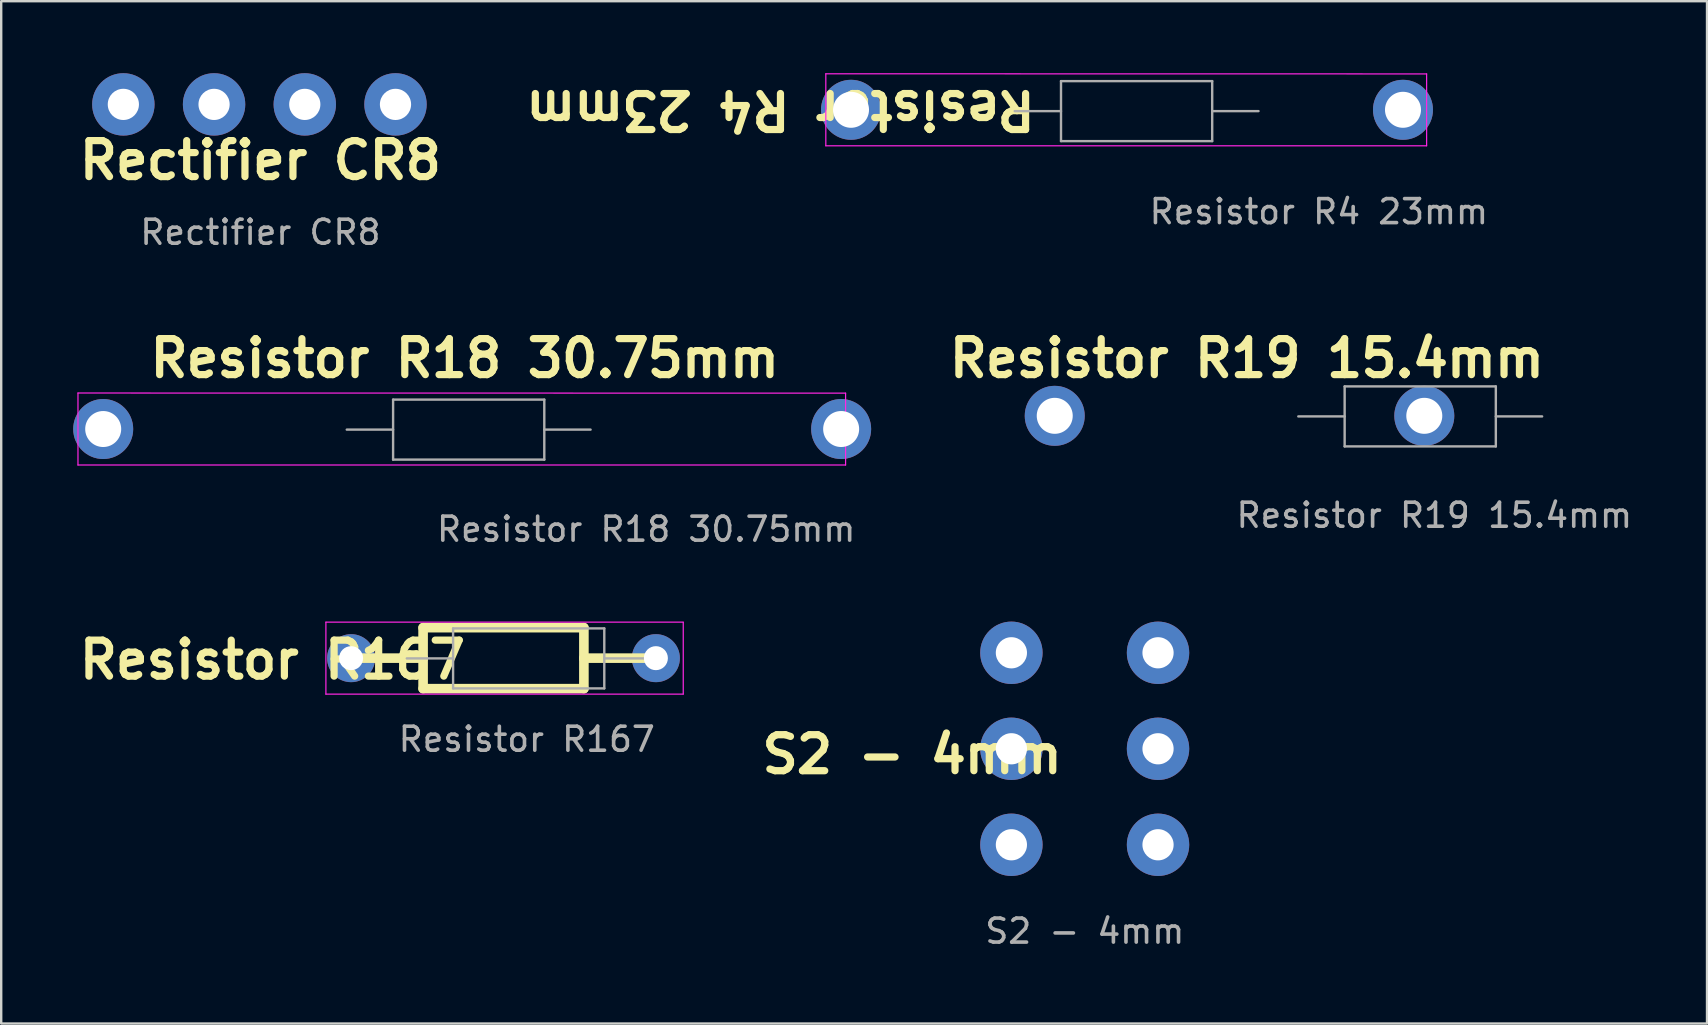
<source format=kicad_pcb>
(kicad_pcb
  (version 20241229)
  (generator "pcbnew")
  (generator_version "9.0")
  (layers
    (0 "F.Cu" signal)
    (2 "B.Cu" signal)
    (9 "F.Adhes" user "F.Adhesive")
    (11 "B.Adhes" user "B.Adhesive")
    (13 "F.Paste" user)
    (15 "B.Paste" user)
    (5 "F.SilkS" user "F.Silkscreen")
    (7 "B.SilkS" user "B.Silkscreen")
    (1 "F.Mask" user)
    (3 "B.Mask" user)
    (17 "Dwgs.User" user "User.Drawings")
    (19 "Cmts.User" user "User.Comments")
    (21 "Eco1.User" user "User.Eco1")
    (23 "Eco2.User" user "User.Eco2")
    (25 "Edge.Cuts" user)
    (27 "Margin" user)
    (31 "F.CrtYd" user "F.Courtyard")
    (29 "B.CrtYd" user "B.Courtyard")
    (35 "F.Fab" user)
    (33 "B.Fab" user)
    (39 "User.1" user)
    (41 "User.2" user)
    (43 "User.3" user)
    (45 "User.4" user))
  (footprint "Resistor R167"
    (layer "F.Cu")
    (at 18.92 24.355)
    (property "Reference" "Resistor R167" (at -10.62 0.09 0) (unlocked yes) (layer "F.SilkS") (effects (font (size 1.5 1.5) (thickness 0.3) (bold yes))))
    (attr through_hole)
    (fp_line (start -7.34 0.02) (end -4.34 0.02) (stroke (width 0.4) (type default)) (layer "F.SilkS"))
    (fp_line (start -4.34 -1.25) (end 2.36 -1.25) (stroke (width 0.4) (type default)) (layer "F.SilkS"))
    (fp_line (start -4.34 0.02) (end -4.34 -1.25) (stroke (width 0.4) (type default)) (layer "F.SilkS"))
    (fp_line (start -4.34 0.02) (end -4.34 1.29) (stroke (width 0.4) (type default)) (layer "F.SilkS"))
    (fp_line (start -4.34 1.29) (end 2.36 1.29) (stroke (width 0.4) (type default)) (layer "F.SilkS"))
    (fp_line (start 2.36 0.02) (end 2.36 -1.25) (stroke (width 0.4) (type default)) (layer "F.SilkS"))
    (fp_line (start 2.36 0.02) (end 2.36 1.29) (stroke (width 0.4) (type default)) (layer "F.SilkS"))
    (fp_line (start 5.36 0.02) (end 2.36 0.02) (stroke (width 0.4) (type default)) (layer "F.SilkS"))
    (fp_line (start -8.39 -1.48) (end -8.39 1.52) (stroke (width 0.05) (type solid)) (layer "F.CrtYd"))
    (fp_line (start -8.39 1.52) (end 6.5 1.52) (stroke (width 0.05) (type solid)) (layer "F.CrtYd"))
    (fp_line (start 6.5 -1.48) (end -8.39 -1.48) (stroke (width 0.05) (type solid)) (layer "F.CrtYd"))
    (fp_line (start 6.5 1.515) (end 6.5 -1.475) (stroke (width 0.05) (type solid)) (layer "F.CrtYd"))
    (fp_line (start -5.02 0.03) (end -3.09 0.03) (stroke (width 0.1) (type solid)) (layer "F.Fab"))
    (fp_line (start -3.09 -1.22) (end -3.09 1.28) (stroke (width 0.1) (type solid)) (layer "F.Fab"))
    (fp_line (start -3.09 1.28) (end 3.21 1.28) (stroke (width 0.1) (type solid)) (layer "F.Fab"))
    (fp_line (start 3.21 -1.22) (end -3.09 -1.22) (stroke (width 0.1) (type solid)) (layer "F.Fab"))
    (fp_line (start 3.21 1.28) (end 3.21 -1.22) (stroke (width 0.1) (type solid)) (layer "F.Fab"))
    (fp_line (start 5.14 0.03) (end 3.21 0.03) (stroke (width 0.1) (type solid)) (layer "F.Fab"))
    (fp_text user "${REFERENCE}" (at -0.02 3.4 0) (unlocked yes) (layer "F.Fab") (effects (font (size 1 1) (thickness 0.15))))
    (pad "1" thru_hole circle (at -7.34 0.02) (size 2 2) (drill 1) (layers "*.Cu" "*.Mask"))
    (pad "2" thru_hole circle (at 5.36 0.02) (size 2 2) (drill 1) (layers "*.Cu" "*.Mask")))
  (footprint "Resistor R4 23mm"
    (layer "F.Cu")
    (at 44.306 1.54)
    (property "Reference" "Resistor R4 23mm" (at -14.835 -0.015 180) (unlocked yes) (layer "F.SilkS") (effects (font (size 1.5 1.5) (thickness 0.3) (bold yes))))
    (attr through_hole)
    (fp_line (start -12.945 -1.515) (end -12.945 1.485) (stroke (width 0.05) (type solid)) (layer "F.CrtYd"))
    (fp_line (start -12.945 1.485) (end 12.09 1.485) (stroke (width 0.05) (type solid)) (layer "F.CrtYd"))
    (fp_line (start 12.09 -1.51) (end -12.945 -1.515) (stroke (width 0.05) (type solid)) (layer "F.CrtYd"))
    (fp_line (start 12.09 1.485) (end 12.09 -1.51) (stroke (width 0.05) (type solid)) (layer "F.CrtYd"))
    (fp_line (start -5.075 0.04) (end -3.145 0.04) (stroke (width 0.1) (type solid)) (layer "F.Fab"))
    (fp_line (start -3.145 -1.21) (end -3.145 1.29) (stroke (width 0.1) (type solid)) (layer "F.Fab"))
    (fp_line (start -3.145 1.29) (end 3.155 1.29) (stroke (width 0.1) (type solid)) (layer "F.Fab"))
    (fp_line (start 3.155 -1.21) (end -3.145 -1.21) (stroke (width 0.1) (type solid)) (layer "F.Fab"))
    (fp_line (start 3.155 1.29) (end 3.155 -1.21) (stroke (width 0.1) (type solid)) (layer "F.Fab"))
    (fp_line (start 5.085 0.04) (end 3.155 0.04) (stroke (width 0.1) (type solid)) (layer "F.Fab"))
    (fp_text user "${REFERENCE}" (at 7.6 4.23 0) (unlocked yes) (layer "F.Fab") (effects (font (size 1 1) (thickness 0.15))))
    (pad "1" thru_hole circle (at -11.895 -0.015) (size 2.5 2.5) (drill 1.5) (layers "*.Cu" "*.Mask"))
    (pad "2" thru_hole circle (at 11.105 -0.015) (size 2.5 2.5) (drill 1.5) (layers "*.Cu" "*.Mask")))
  (footprint "Resistor R18 30.75mm"
    (layer "F.Cu")
    (at 16.277 14.772)
    (property "Reference" "Resistor R18 30.75mm" (at 0.04 -2.89 0) (unlocked yes) (layer "F.SilkS") (effects (font (size 1.5 1.5) (thickness 0.3) (bold yes))))
    (attr through_hole)
    (fp_line (start -16.078 -1.445) (end -16.078 1.555) (stroke (width 0.05) (type solid)) (layer "F.CrtYd"))
    (fp_line (start -16.078 1.555) (end 15.908 1.555) (stroke (width 0.05) (type solid)) (layer "F.CrtYd"))
    (fp_line (start 15.908 -1.44) (end -16.078 -1.445) (stroke (width 0.05) (type solid)) (layer "F.CrtYd"))
    (fp_line (start 15.908 1.555) (end 15.908 -1.44) (stroke (width 0.05) (type solid)) (layer "F.CrtYd"))
    (fp_line (start -4.878 0.08) (end -2.947 0.08) (stroke (width 0.1) (type solid)) (layer "F.Fab"))
    (fp_line (start -2.947 -1.17) (end -2.947 1.33) (stroke (width 0.1) (type solid)) (layer "F.Fab"))
    (fp_line (start -2.947 1.33) (end 3.353 1.33) (stroke (width 0.1) (type solid)) (layer "F.Fab"))
    (fp_line (start 3.353 -1.17) (end -2.947 -1.17) (stroke (width 0.1) (type solid)) (layer "F.Fab"))
    (fp_line (start 3.353 1.33) (end 3.353 -1.17) (stroke (width 0.1) (type solid)) (layer "F.Fab"))
    (fp_line (start 5.282 0.08) (end 3.353 0.08) (stroke (width 0.1) (type solid)) (layer "F.Fab"))
    (fp_text user "${REFERENCE}" (at 7.6 4.23 0) (unlocked yes) (layer "F.Fab") (effects (font (size 1 1) (thickness 0.15))))
    (pad "1" thru_hole circle (at -15.027 0.055) (size 2.5 2.5) (drill 1.5) (layers "*.Cu" "*.Mask"))
    (pad "2" thru_hole circle (at 15.723 0.055) (size 2.5 2.5) (drill 1.5) (layers "*.Cu" "*.Mask")))
  (footprint "S2 - 4mm"
    (layer "F.Cu")
    (at 42.154 33.251)
    (property "Reference" "S2 - 4mm" (at -7.195 -4.865 0) (unlocked yes) (layer "F.SilkS") (effects (font (size 1.5 1.5) (thickness 0.3) (bold yes))))
    (attr through_hole)
    (fp_text user "${REFERENCE}" (at 0 2.5 0) (unlocked yes) (layer "F.Fab") (effects (font (size 1 1) (thickness 0.15))))
    (pad "1" thru_hole circle (at -3.06 -9.1) (size 2.6 2.6) (drill 1.3) (layers "*.Cu" "*.Mask"))
    (pad "1" thru_hole circle (at -3.06 -5.1) (size 2.6 2.6) (drill 1.3) (layers "*.Cu" "*.Mask"))
    (pad "2" thru_hole circle (at -3.06 -1.1) (size 2.6 2.6) (drill 1.3) (layers "*.Cu" "*.Mask"))
    (pad "3" thru_hole circle (at 3.05 -1.1) (size 2.6 2.6) (drill 1.3) (layers "*.Cu" "*.Mask"))
    (pad "4" thru_hole circle (at 3.05 -5.1) (size 2.6 2.6) (drill 1.3) (layers "*.Cu" "*.Mask"))
    (pad "5" thru_hole circle (at 3.05 -9.1) (size 2.6 2.6) (drill 1.3) (layers "*.Cu" "*.Mask")))
  (footprint "Rectifier CR8"
    (layer "F.Cu")
    (at 7.8 4.13)
    (property "Reference" "Rectifier CR8" (at 0 -0.5 0) (unlocked yes) (layer "F.SilkS") (effects (font (size 1.5 1.5) (thickness 0.3) (bold yes))))
    (attr through_hole)
    (fp_text user "${REFERENCE}" (at 0 2.5 0) (unlocked yes) (layer "F.Fab") (effects (font (size 1 1) (thickness 0.15))))
    (pad "1" thru_hole circle (at -5.71 -2.83) (size 2.6 2.6) (drill 1.3) (layers "*.Cu" "*.Mask"))
    (pad "2" thru_hole circle (at 1.85 -2.83) (size 2.6 2.6) (drill 1.3) (layers "*.Cu" "*.Mask"))
    (pad "3" thru_hole circle (at 5.63 -2.83) (size 2.6 2.6) (drill 1.3) (layers "*.Cu" "*.Mask"))
    (pad "4" thru_hole circle (at -1.93 -2.83) (size 2.6 2.6) (drill 1.3) (layers "*.Cu" "*.Mask")))
  (footprint "Resistor R19 15.4mm"
    (layer "F.Cu")
    (at 55.927 14.222)
    (property "Reference" "Resistor R19 15.4mm" (at -7.02 -2.34 0) (unlocked yes) (layer "F.SilkS") (effects (font (size 1.5 1.5) (thickness 0.3) (bold yes))))
    (attr through_hole)
    (fp_line (start -4.878 0.08) (end -2.947 0.08) (stroke (width 0.1) (type solid)) (layer "F.Fab"))
    (fp_line (start -2.947 -1.17) (end -2.947 1.33) (stroke (width 0.1) (type solid)) (layer "F.Fab"))
    (fp_line (start -2.947 1.33) (end 3.353 1.33) (stroke (width 0.1) (type solid)) (layer "F.Fab"))
    (fp_line (start 3.353 -1.17) (end -2.947 -1.17) (stroke (width 0.1) (type solid)) (layer "F.Fab"))
    (fp_line (start 3.353 1.33) (end 3.353 -1.17) (stroke (width 0.1) (type solid)) (layer "F.Fab"))
    (fp_line (start 5.282 0.08) (end 3.353 0.08) (stroke (width 0.1) (type solid)) (layer "F.Fab"))
    (fp_text user "${REFERENCE}" (at 0.79 4.2 0) (unlocked yes) (layer "F.Fab") (effects (font (size 1 1) (thickness 0.15))))
    (pad "1" thru_hole circle (at -15.027 0.055) (size 2.5 2.5) (drill 1.5) (layers "*.Cu" "*.Mask"))
    (pad "2" thru_hole circle (at 0.372 0.055) (size 2.5 2.5) (drill 1.5) (layers "*.Cu" "*.Mask")))
  (gr_rect
    (start -3 -3)
    (end 68.08 39.599)
    (stroke (width 0.1) (type default))
    (fill no)
    (layer "Edge.Cuts")))
</source>
